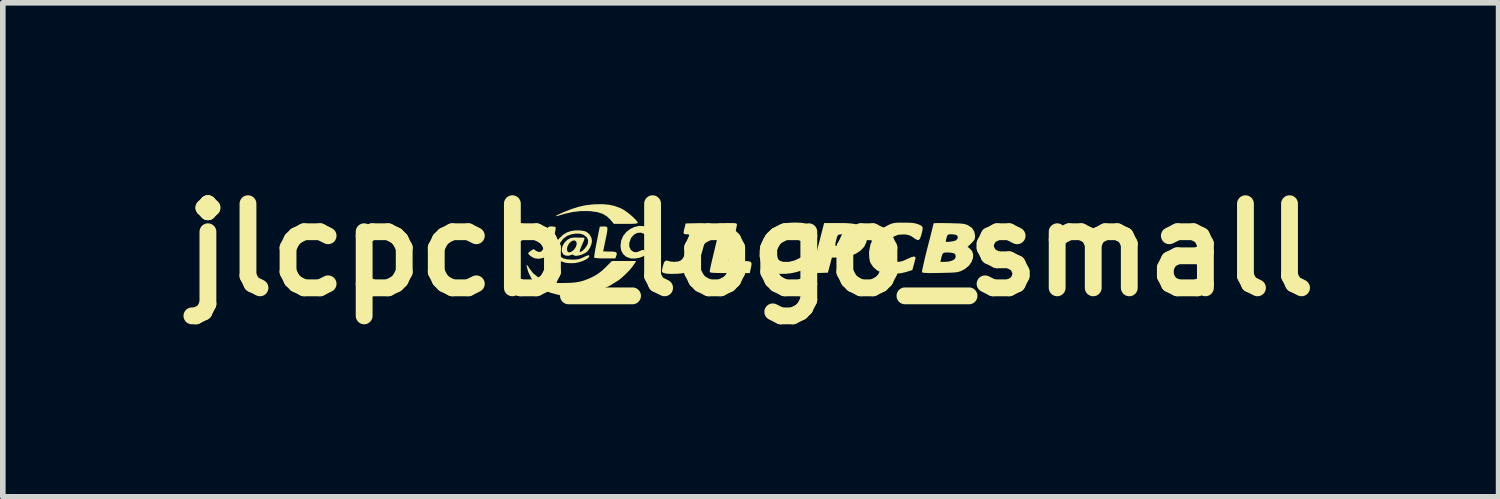
<source format=kicad_pcb>
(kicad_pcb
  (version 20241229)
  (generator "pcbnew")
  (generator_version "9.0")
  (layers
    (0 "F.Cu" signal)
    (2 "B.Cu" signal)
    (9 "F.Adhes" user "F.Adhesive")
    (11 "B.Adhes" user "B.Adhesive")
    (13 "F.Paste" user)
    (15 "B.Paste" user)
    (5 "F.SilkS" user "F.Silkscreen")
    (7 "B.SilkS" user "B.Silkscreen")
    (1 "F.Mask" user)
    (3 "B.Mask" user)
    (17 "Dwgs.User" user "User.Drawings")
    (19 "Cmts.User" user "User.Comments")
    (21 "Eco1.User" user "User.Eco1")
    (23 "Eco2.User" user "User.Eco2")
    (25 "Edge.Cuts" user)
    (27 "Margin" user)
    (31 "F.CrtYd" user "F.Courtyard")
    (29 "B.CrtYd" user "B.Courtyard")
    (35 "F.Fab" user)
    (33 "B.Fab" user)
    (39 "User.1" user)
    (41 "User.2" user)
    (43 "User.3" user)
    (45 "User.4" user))
  (footprint "jlcpcb_logo_small"
    (layer "F.Cu")
    (at 10.336 1.404)
    (property "Reference" "jlcpcb_logo_small" (at 0 0 0) (layer "F.SilkS") (effects (font (size 1.5 1.5) (thickness 0.3))))
    (attr board_only exclude_from_pos_files exclude_from_bom)
    (fp_poly (pts (xy -2.524 -0.803) (xy -2.426 -0.781) (xy -2.328 -0.745) (xy -2.292 -0.728) (xy -2.247 -0.701) (xy -2.194 -0.663) (xy -2.139 -0.619) (xy -2.088 -0.573) (xy -2.047 -0.531) (xy -2.021 -0.498) (xy -2.015 -0.482) (xy -2.022 -0.474) (xy -2.043 -0.468) (xy -2.084 -0.464) (xy -2.148 -0.462) (xy -2.228 -0.462) (xy -2.44 -0.462) (xy -2.496 -0.53) (xy -2.563 -0.595) (xy -2.642 -0.642) (xy -2.737 -0.672) (xy -2.853 -0.688) (xy -2.892 -0.69) (xy -3.033 -0.69) (xy -3.166 -0.675) (xy -3.304 -0.645) (xy -3.381 -0.623) (xy -3.441 -0.605) (xy -3.473 -0.599) (xy -3.477 -0.603) (xy -3.453 -0.618) (xy -3.402 -0.642) (xy -3.338 -0.67) (xy -3.197 -0.726) (xy -3.071 -0.766) (xy -2.951 -0.793) (xy -2.827 -0.808) (xy -2.762 -0.812) (xy -2.633 -0.813)) (stroke (width 0) (type solid)) (fill yes) (layer "F.SilkS"))
    (fp_poly (pts (xy -3.547 -0.416) (xy -3.545 -0.416) (xy -3.498 -0.412) (xy -3.478 -0.4) (xy -3.477 -0.395) (xy -3.481 -0.359) (xy -3.491 -0.302) (xy -3.505 -0.231) (xy -3.522 -0.156) (xy -3.54 -0.082) (xy -3.558 -0.017) (xy -3.573 0.031) (xy -3.581 0.052) (xy -3.631 0.108) (xy -3.699 0.145) (xy -3.777 0.16) (xy -3.843 0.153) (xy -3.883 0.138) (xy -3.923 0.113) (xy -3.955 0.085) (xy -3.969 0.062) (xy -3.969 0.06) (xy -3.957 0.046) (xy -3.928 0.024) (xy -3.921 0.018) (xy -3.872 -0.013) (xy -3.83 0.018) (xy -3.783 0.039) (xy -3.74 0.034) (xy -3.709 0.002) (xy -3.7 -0.023) (xy -3.688 -0.072) (xy -3.674 -0.135) (xy -3.662 -0.193) (xy -3.646 -0.279) (xy -3.633 -0.34) (xy -3.622 -0.379) (xy -3.611 -0.402) (xy -3.596 -0.413) (xy -3.575 -0.416)) (stroke (width 0) (type solid)) (fill yes) (layer "F.SilkS"))
    (fp_poly (pts (xy -2.593 -0.415) (xy -2.571 -0.411) (xy -2.559 -0.398) (xy -2.555 -0.373) (xy -2.559 -0.331) (xy -2.57 -0.268) (xy -2.588 -0.181) (xy -2.592 -0.161) (xy -2.607 -0.09) (xy -2.619 -0.031) (xy -2.627 0.01) (xy -2.631 0.027) (xy -2.631 0.027) (xy -2.617 0.029) (xy -2.579 0.03) (xy -2.526 0.031) (xy -2.515 0.031) (xy -2.448 0.033) (xy -2.408 0.041) (xy -2.39 0.058) (xy -2.39 0.086) (xy -2.399 0.113) (xy -2.415 0.154) (xy -2.599 0.154) (xy -2.671 0.153) (xy -2.731 0.15) (xy -2.773 0.146) (xy -2.791 0.14) (xy -2.791 0.121) (xy -2.785 0.078) (xy -2.775 0.014) (xy -2.761 -0.065) (xy -2.746 -0.139) (xy -2.729 -0.226) (xy -2.714 -0.301) (xy -2.702 -0.36) (xy -2.695 -0.398) (xy -2.692 -0.411) (xy -2.679 -0.414) (xy -2.644 -0.415) (xy -2.623 -0.416)) (stroke (width 0) (type solid)) (fill yes) (layer "F.SilkS"))
    (fp_poly (pts (xy -1.912 -0.422) (xy -1.841 -0.395) (xy -1.823 -0.382) (xy -1.783 -0.35) (xy -1.825 -0.306) (xy -1.854 -0.279) (xy -1.874 -0.271) (xy -1.896 -0.281) (xy -1.902 -0.285) (xy -1.96 -0.306) (xy -2.022 -0.301) (xy -2.079 -0.272) (xy -2.127 -0.22) (xy -2.138 -0.2) (xy -2.165 -0.125) (xy -2.166 -0.058) (xy -2.141 -0.003) (xy -2.131 0.008) (xy -2.084 0.04) (xy -2.031 0.042) (xy -1.979 0.023) (xy -1.936 0.004) (xy -1.909 0.004) (xy -1.887 0.022) (xy -1.883 0.027) (xy -1.865 0.06) (xy -1.871 0.085) (xy -1.905 0.111) (xy -1.907 0.112) (xy -1.975 0.14) (xy -2.055 0.155) (xy -2.131 0.155) (xy -2.138 0.154) (xy -2.216 0.127) (xy -2.274 0.079) (xy -2.31 0.012) (xy -2.322 -0.07) (xy -2.31 -0.163) (xy -2.308 -0.17) (xy -2.273 -0.25) (xy -2.218 -0.317) (xy -2.149 -0.371) (xy -2.071 -0.408) (xy -1.991 -0.426)) (stroke (width 0) (type solid)) (fill yes) (layer "F.SilkS"))
    (fp_poly (pts (xy -2.072 0.248) (xy -2.114 0.307) (xy -2.173 0.376) (xy -2.242 0.446) (xy -2.314 0.51) (xy -2.36 0.546) (xy -2.504 0.635) (xy -2.663 0.709) (xy -2.83 0.766) (xy -3 0.805) (xy -3.167 0.824) (xy -3.323 0.821) (xy -3.408 0.809) (xy -3.568 0.767) (xy -3.703 0.707) (xy -3.812 0.63) (xy -3.897 0.534) (xy -3.957 0.421) (xy -3.971 0.38) (xy -3.986 0.328) (xy -3.995 0.288) (xy -3.996 0.268) (xy -3.996 0.268) (xy -3.985 0.275) (xy -3.964 0.303) (xy -3.949 0.328) (xy -3.883 0.415) (xy -3.794 0.488) (xy -3.693 0.545) (xy -3.653 0.563) (xy -3.62 0.576) (xy -3.586 0.585) (xy -3.545 0.59) (xy -3.49 0.592) (xy -3.415 0.592) (xy -3.362 0.592) (xy -3.238 0.59) (xy -3.137 0.583) (xy -3.05 0.569) (xy -2.969 0.546) (xy -2.884 0.513) (xy -2.815 0.481) (xy -2.734 0.435) (xy -2.658 0.378) (xy -2.588 0.313) (xy -2.476 0.2) (xy -2.26 0.2) (xy -2.044 0.2)) (stroke (width 0) (type solid)) (fill yes) (layer "F.SilkS"))
    (fp_poly (pts (xy -0.318 -0.477) (xy -0.278 -0.474) (xy -0.256 -0.469) (xy -0.247 -0.458) (xy -0.246 -0.446) (xy -0.25 -0.424) (xy -0.259 -0.378) (xy -0.274 -0.313) (xy -0.292 -0.236) (xy -0.312 -0.151) (xy -0.333 -0.065) (xy -0.353 0.017) (xy -0.371 0.089) (xy -0.386 0.146) (xy -0.394 0.173) (xy -0.395 0.184) (xy -0.387 0.192) (xy -0.366 0.196) (xy -0.326 0.199) (xy -0.264 0.2) (xy -0.201 0.2) (xy -0.112 0.201) (xy -0.05 0.203) (xy -0.011 0.212) (xy 0.009 0.227) (xy 0.015 0.254) (xy 0.01 0.293) (xy 0.001 0.332) (xy -0.018 0.416) (xy -0.371 0.416) (xy -0.487 0.415) (xy -0.577 0.414) (xy -0.642 0.412) (xy -0.687 0.409) (xy -0.715 0.405) (xy -0.729 0.398) (xy -0.732 0.394) (xy -0.73 0.376) (xy -0.722 0.332) (xy -0.708 0.268) (xy -0.69 0.188) (xy -0.668 0.097) (xy -0.645 -0.001) (xy -0.621 -0.101) (xy -0.597 -0.198) (xy -0.574 -0.288) (xy -0.553 -0.365) (xy -0.536 -0.426) (xy -0.529 -0.45) (xy -0.521 -0.463) (xy -0.502 -0.471) (xy -0.467 -0.476) (xy -0.409 -0.477) (xy -0.384 -0.477)) (stroke (width 0) (type solid)) (fill yes) (layer "F.SilkS"))
    (fp_poly (pts (xy -0.822 -0.473) (xy -0.776 -0.471) (xy -0.753 -0.467) (xy -0.752 -0.466) (xy -0.751 -0.447) (xy -0.758 -0.404) (xy -0.77 -0.341) (xy -0.788 -0.264) (xy -0.809 -0.179) (xy -0.833 -0.089) (xy -0.857 -0.001) (xy -0.881 0.081) (xy -0.903 0.151) (xy -0.922 0.205) (xy -0.934 0.234) (xy -0.994 0.313) (xy -1.077 0.373) (xy -1.173 0.41) (xy -1.229 0.42) (xy -1.299 0.427) (xy -1.376 0.429) (xy -1.45 0.429) (xy -1.511 0.424) (xy -1.55 0.415) (xy -1.572 0.404) (xy -1.582 0.389) (xy -1.581 0.362) (xy -1.572 0.314) (xy -1.567 0.295) (xy -1.549 0.235) (xy -1.529 0.202) (xy -1.503 0.192) (xy -1.471 0.199) (xy -1.416 0.212) (xy -1.353 0.215) (xy -1.293 0.208) (xy -1.251 0.192) (xy -1.249 0.191) (xy -1.222 0.167) (xy -1.199 0.133) (xy -1.177 0.083) (xy -1.155 0.013) (xy -1.132 -0.073) (xy -1.111 -0.155) (xy -1.099 -0.211) (xy -1.095 -0.247) (xy -1.099 -0.266) (xy -1.113 -0.275) (xy -1.135 -0.277) (xy -1.146 -0.277) (xy -1.177 -0.279) (xy -1.194 -0.288) (xy -1.197 -0.31) (xy -1.19 -0.352) (xy -1.179 -0.393) (xy -1.16 -0.47) (xy -0.962 -0.474) (xy -0.886 -0.475)) (stroke (width 0) (type solid)) (fill yes) (layer "F.SilkS"))
    (fp_poly (pts (xy 0.892 -0.482) (xy 0.981 -0.469) (xy 1.038 -0.452) (xy 1.083 -0.432) (xy 1.106 -0.415) (xy 1.113 -0.393) (xy 1.112 -0.379) (xy 1.105 -0.327) (xy 1.091 -0.271) (xy 1.073 -0.221) (xy 1.055 -0.184) (xy 1.039 -0.169) (xy 1.038 -0.169) (xy 1.014 -0.178) (xy 0.976 -0.199) (xy 0.946 -0.219) (xy 0.862 -0.261) (xy 0.77 -0.277) (xy 0.678 -0.267) (xy 0.616 -0.243) (xy 0.545 -0.188) (xy 0.495 -0.113) (xy 0.468 -0.023) (xy 0.465 0.058) (xy 0.474 0.127) (xy 0.492 0.172) (xy 0.526 0.199) (xy 0.578 0.214) (xy 0.58 0.215) (xy 0.679 0.216) (xy 0.786 0.189) (xy 0.901 0.133) (xy 0.922 0.121) (xy 0.951 0.109) (xy 0.971 0.119) (xy 0.979 0.137) (xy 0.978 0.169) (xy 0.967 0.221) (xy 0.96 0.249) (xy 0.931 0.361) (xy 0.823 0.395) (xy 0.732 0.416) (xy 0.63 0.428) (xy 0.527 0.429) (xy 0.434 0.42) (xy 0.371 0.405) (xy 0.285 0.36) (xy 0.22 0.293) (xy 0.177 0.21) (xy 0.157 0.112) (xy 0.161 0.002) (xy 0.178 -0.078) (xy 0.229 -0.2) (xy 0.304 -0.304) (xy 0.402 -0.387) (xy 0.521 -0.449) (xy 0.596 -0.47) (xy 0.689 -0.482) (xy 0.791 -0.486)) (stroke (width 0) (type solid)) (fill yes) (layer "F.SilkS"))
    (fp_poly (pts (xy 1.685 -0.476) (xy 1.784 -0.47) (xy 1.861 -0.459) (xy 1.92 -0.443) (xy 1.966 -0.421) (xy 2.002 -0.391) (xy 2.003 -0.389) (xy 2.052 -0.322) (xy 2.074 -0.251) (xy 2.069 -0.168) (xy 2.061 -0.134) (xy 2.023 -0.054) (xy 1.959 0.014) (xy 1.874 0.07) (xy 1.769 0.11) (xy 1.65 0.133) (xy 1.558 0.138) (xy 1.447 0.139) (xy 1.43 0.204) (xy 1.415 0.263) (xy 1.398 0.326) (xy 1.395 0.339) (xy 1.376 0.408) (xy 1.242 0.412) (xy 1.173 0.414) (xy 1.13 0.411) (xy 1.106 0.404) (xy 1.099 0.395) (xy 1.099 0.382) (xy 1.103 0.354) (xy 1.112 0.31) (xy 1.126 0.247) (xy 1.146 0.163) (xy 1.172 0.057) (xy 1.205 -0.073) (xy 1.209 -0.089) (xy 1.508 -0.089) (xy 1.516 -0.069) (xy 1.539 -0.063) (xy 1.58 -0.066) (xy 1.584 -0.066) (xy 1.636 -0.075) (xy 1.679 -0.087) (xy 1.692 -0.092) (xy 1.724 -0.118) (xy 1.748 -0.147) (xy 1.764 -0.192) (xy 1.753 -0.23) (xy 1.719 -0.258) (xy 1.665 -0.274) (xy 1.595 -0.275) (xy 1.592 -0.274) (xy 1.565 -0.268) (xy 1.547 -0.25) (xy 1.534 -0.212) (xy 1.528 -0.192) (xy 1.513 -0.128) (xy 1.508 -0.089) (xy 1.209 -0.089) (xy 1.245 -0.229) (xy 1.292 -0.413) (xy 1.294 -0.419) (xy 1.309 -0.477) (xy 1.559 -0.477)) (stroke (width 0) (type solid)) (fill yes) (layer "F.SilkS"))
    (fp_poly (pts (xy 2.731 -0.484) (xy 2.819 -0.483) (xy 2.884 -0.479) (xy 2.935 -0.471) (xy 2.978 -0.458) (xy 2.992 -0.453) (xy 3.033 -0.434) (xy 3.057 -0.415) (xy 3.066 -0.388) (xy 3.062 -0.347) (xy 3.047 -0.286) (xy 3.039 -0.257) (xy 3.02 -0.204) (xy 3 -0.177) (xy 2.973 -0.174) (xy 2.932 -0.195) (xy 2.898 -0.219) (xy 2.85 -0.249) (xy 2.802 -0.266) (xy 2.741 -0.274) (xy 2.73 -0.274) (xy 2.635 -0.269) (xy 2.558 -0.24) (xy 2.496 -0.185) (xy 2.455 -0.12) (xy 2.426 -0.041) (xy 2.413 0.038) (xy 2.419 0.109) (xy 2.442 0.164) (xy 2.453 0.178) (xy 2.479 0.199) (xy 2.51 0.211) (xy 2.555 0.215) (xy 2.59 0.216) (xy 2.651 0.213) (xy 2.703 0.202) (xy 2.76 0.179) (xy 2.793 0.163) (xy 2.862 0.132) (xy 2.909 0.12) (xy 2.934 0.128) (xy 2.938 0.144) (xy 2.934 0.167) (xy 2.923 0.21) (xy 2.909 0.262) (xy 2.882 0.361) (xy 2.775 0.395) (xy 2.686 0.416) (xy 2.586 0.428) (xy 2.484 0.429) (xy 2.391 0.421) (xy 2.326 0.405) (xy 2.249 0.365) (xy 2.183 0.306) (xy 2.137 0.237) (xy 2.123 0.2) (xy 2.114 0.146) (xy 2.11 0.078) (xy 2.111 0.029) (xy 2.135 -0.096) (xy 2.186 -0.209) (xy 2.263 -0.309) (xy 2.364 -0.392) (xy 2.443 -0.436) (xy 2.489 -0.457) (xy 2.527 -0.471) (xy 2.565 -0.479) (xy 2.612 -0.483) (xy 2.677 -0.484)) (stroke (width 0) (type solid)) (fill yes) (layer "F.SilkS"))
    (fp_poly (pts (xy 3.455 -0.476) (xy 3.535 -0.475) (xy 3.635 -0.472) (xy 3.71 -0.47) (xy 3.765 -0.466) (xy 3.806 -0.46) (xy 3.838 -0.452) (xy 3.866 -0.441) (xy 3.877 -0.435) (xy 3.945 -0.389) (xy 3.985 -0.328) (xy 4 -0.252) (xy 4 -0.245) (xy 3.997 -0.204) (xy 3.984 -0.172) (xy 3.956 -0.138) (xy 3.934 -0.116) (xy 3.867 -0.052) (xy 3.904 -0.025) (xy 3.948 0.025) (xy 3.967 0.086) (xy 3.962 0.152) (xy 3.936 0.219) (xy 3.89 0.283) (xy 3.825 0.338) (xy 3.765 0.371) (xy 3.735 0.384) (xy 3.706 0.393) (xy 3.671 0.4) (xy 3.626 0.405) (xy 3.567 0.408) (xy 3.487 0.41) (xy 3.381 0.413) (xy 3.373 0.413) (xy 3.264 0.414) (xy 3.182 0.415) (xy 3.123 0.413) (xy 3.085 0.41) (xy 3.063 0.405) (xy 3.054 0.398) (xy 3.054 0.398) (xy 3.055 0.378) (xy 3.064 0.332) (xy 3.079 0.265) (xy 3.09 0.216) (xy 3.382 0.216) (xy 3.464 0.215) (xy 3.529 0.21) (xy 3.587 0.194) (xy 3.6 0.189) (xy 3.637 0.165) (xy 3.652 0.137) (xy 3.654 0.116) (xy 3.648 0.085) (xy 3.627 0.065) (xy 3.587 0.053) (xy 3.521 0.048) (xy 3.503 0.048) (xy 3.461 0.049) (xy 3.433 0.059) (xy 3.416 0.083) (xy 3.402 0.128) (xy 3.393 0.165) (xy 3.382 0.216) (xy 3.09 0.216) (xy 3.098 0.18) (xy 3.122 0.081) (xy 3.149 -0.028) (xy 3.154 -0.045) (xy 3.18 -0.148) (xy 3.477 -0.148) (xy 3.49 -0.142) (xy 3.524 -0.141) (xy 3.569 -0.146) (xy 3.614 -0.154) (xy 3.652 -0.165) (xy 3.661 -0.169) (xy 3.687 -0.198) (xy 3.692 -0.222) (xy 3.684 -0.251) (xy 3.655 -0.268) (xy 3.601 -0.276) (xy 3.566 -0.277) (xy 3.528 -0.274) (xy 3.508 -0.26) (xy 3.495 -0.226) (xy 3.493 -0.219) (xy 3.483 -0.179) (xy 3.477 -0.151) (xy 3.477 -0.148) (xy 3.18 -0.148) (xy 3.182 -0.154) (xy 3.207 -0.253) (xy 3.228 -0.338) (xy 3.245 -0.406) (xy 3.257 -0.452) (xy 3.261 -0.472) (xy 3.262 -0.473) (xy 3.276 -0.475) (xy 3.317 -0.476) (xy 3.378 -0.476)) (stroke (width 0) (type solid)) (fill yes) (layer "F.SilkS"))
    (fp_poly (pts (xy -2.971 -0.335) (xy -2.927 -0.319) (xy -2.873 -0.273) (xy -2.839 -0.21) (xy -2.831 -0.154) (xy -2.841 -0.099) (xy -2.867 -0.037) (xy -2.902 0.017) (xy -2.918 0.034) (xy -2.962 0.064) (xy -3.016 0.088) (xy -3.071 0.103) (xy -3.12 0.108) (xy -3.154 0.1) (xy -3.162 0.092) (xy -3.182 0.085) (xy -3.2 0.092) (xy -3.249 0.107) (xy -3.301 0.103) (xy -3.341 0.083) (xy -3.344 0.08) (xy -3.368 0.032) (xy -3.369 -0.011) (xy -3.277 -0.011) (xy -3.267 0.03) (xy -3.242 0.047) (xy -3.206 0.04) (xy -3.163 0.009) (xy -3.154 0.000369) (xy -3.116 -0.054) (xy -3.102 -0.106) (xy -3.111 -0.145) (xy -3.136 -0.166) (xy -3.17 -0.165) (xy -3.206 -0.145) (xy -3.24 -0.111) (xy -3.265 -0.067) (xy -3.277 -0.018) (xy -3.277 -0.011) (xy -3.369 -0.011) (xy -3.369 -0.024) (xy -3.35 -0.081) (xy -3.314 -0.136) (xy -3.266 -0.181) (xy -3.209 -0.21) (xy -3.15 -0.219) (xy -3.088 -0.218) (xy -3.025 -0.217) (xy -3.019 -0.217) (xy -2.989 -0.217) (xy -2.971 -0.214) (xy -2.964 -0.203) (xy -2.969 -0.179) (xy -2.986 -0.137) (xy -3.015 -0.073) (xy -3.021 -0.058) (xy -3.04 -0.011) (xy -3.049 0.024) (xy -3.047 0.038) (xy -3.025 0.035) (xy -2.994 0.013) (xy -2.959 -0.022) (xy -2.929 -0.063) (xy -2.908 -0.102) (xy -2.906 -0.108) (xy -2.899 -0.169) (xy -2.921 -0.22) (xy -2.972 -0.262) (xy -2.988 -0.271) (xy -3.046 -0.287) (xy -3.12 -0.289) (xy -3.199 -0.275) (xy -3.272 -0.249) (xy -3.275 -0.247) (xy -3.34 -0.199) (xy -3.392 -0.133) (xy -3.424 -0.058) (xy -3.431 -0.004) (xy -3.422 0.066) (xy -3.396 0.117) (xy -3.348 0.151) (xy -3.277 0.17) (xy -3.184 0.176) (xy -3.116 0.174) (xy -3.064 0.166) (xy -3.015 0.148) (xy -2.98 0.132) (xy -2.934 0.11) (xy -2.898 0.098) (xy -2.883 0.097) (xy -2.878 0.119) (xy -2.898 0.145) (xy -2.937 0.172) (xy -2.99 0.198) (xy -3.052 0.219) (xy -3.118 0.234) (xy -3.146 0.237) (xy -3.21 0.239) (xy -3.275 0.235) (xy -3.306 0.23) (xy -3.392 0.201) (xy -3.455 0.154) (xy -3.492 0.091) (xy -3.503 0.015) (xy -3.502 -0.003) (xy -3.476 -0.106) (xy -3.424 -0.194) (xy -3.344 -0.269) (xy -3.277 -0.31) (xy -3.21 -0.333) (xy -3.13 -0.346) (xy -3.046 -0.346)) (stroke (width 0) (type solid)) (fill yes) (layer "F.SilkS")))
  (gr_rect
    (start -3 -3)
    (end 23.671 5.808)
    (stroke (width 0.1) (type default))
    (fill no)
    (layer "Edge.Cuts")))
</source>
